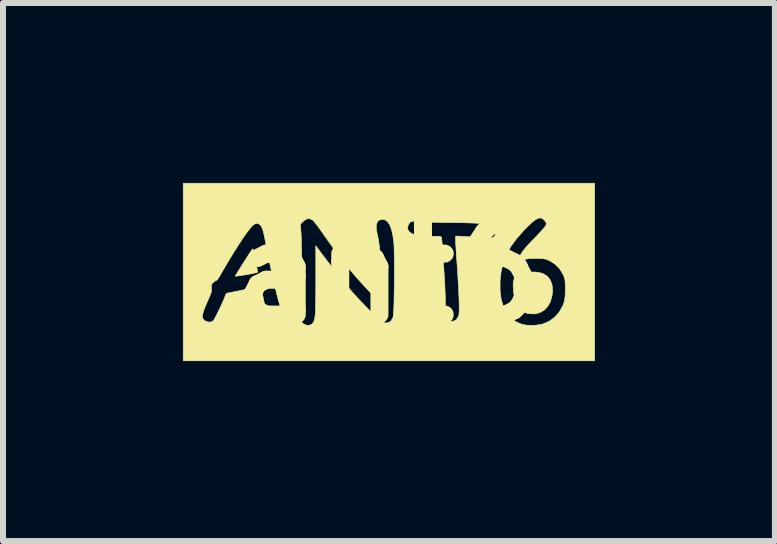
<source format=kicad_pcb>
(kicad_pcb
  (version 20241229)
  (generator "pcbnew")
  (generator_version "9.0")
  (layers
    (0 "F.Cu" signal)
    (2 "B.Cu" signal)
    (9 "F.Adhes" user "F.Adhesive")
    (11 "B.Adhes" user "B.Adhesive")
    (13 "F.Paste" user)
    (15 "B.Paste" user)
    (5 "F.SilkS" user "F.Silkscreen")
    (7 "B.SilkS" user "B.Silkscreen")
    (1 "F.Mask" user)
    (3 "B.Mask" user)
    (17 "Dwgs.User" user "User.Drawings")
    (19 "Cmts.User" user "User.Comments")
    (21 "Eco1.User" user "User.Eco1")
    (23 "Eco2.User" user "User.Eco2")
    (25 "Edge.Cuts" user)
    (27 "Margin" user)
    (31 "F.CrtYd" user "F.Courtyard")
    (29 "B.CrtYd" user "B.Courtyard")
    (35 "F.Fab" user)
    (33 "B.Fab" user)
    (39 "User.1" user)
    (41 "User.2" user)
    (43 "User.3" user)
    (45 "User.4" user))
  (footprint "ant6"
    (layer "F.Cu")
    (at 3.421 1.505)
    (property "Reference" "ant6" (at 0 0 0) (layer "F.SilkS") (effects (font (size 1.524 1.524) (thickness 0.3))))
    (attr through_hole)
    (fp_poly (pts (xy -2.249 -0.385) (xy -2.24 -0.344) (xy -2.229 -0.291) (xy -2.216 -0.23) (xy -2.204 -0.168) (xy -2.192 -0.11) (xy -2.183 -0.062) (xy -2.177 -0.029) (xy -2.176 -0.017) (xy -2.191 -0.011) (xy -2.226 -0.003) (xy -2.275 0.008) (xy -2.332 0.018) (xy -2.392 0.029) (xy -2.449 0.038) (xy -2.498 0.045) (xy -2.533 0.049) (xy -2.549 0.049) (xy -2.549 0.048) (xy -2.511 -0.016) (xy -2.468 -0.085) (xy -2.424 -0.156) (xy -2.381 -0.224) (xy -2.34 -0.286) (xy -2.306 -0.339) (xy -2.278 -0.379) (xy -2.261 -0.403) (xy -2.255 -0.408) (xy -2.249 -0.385)) (stroke (width 0.01) (type solid)) (fill yes) (layer "F.SilkS"))
    (fp_poly (pts (xy 2.476 -0.018) (xy 2.557 -0.002) (xy 2.587 0.009) (xy 2.655 0.053) (xy 2.704 0.115) (xy 2.733 0.194) (xy 2.742 0.287) (xy 2.733 0.372) (xy 2.706 0.472) (xy 2.66 0.555) (xy 2.599 0.618) (xy 2.525 0.659) (xy 2.44 0.679) (xy 2.346 0.674) (xy 2.312 0.667) (xy 2.245 0.635) (xy 2.187 0.581) (xy 2.142 0.506) (xy 2.108 0.414) (xy 2.089 0.305) (xy 2.085 0.225) (xy 2.085 0.162) (xy 2.091 0.119) (xy 2.107 0.087) (xy 2.136 0.061) (xy 2.184 0.034) (xy 2.224 0.015) (xy 2.299 -0.009) (xy 2.387 -0.02) (xy 2.476 -0.018)) (stroke (width 0.01) (type solid)) (fill yes) (layer "F.SilkS"))
    (fp_poly (pts (xy 3.443 1.46) (xy -3.416 1.46) (xy -3.416 0.727) (xy -3.098 0.727) (xy -3.098 0.733) (xy -3.08 0.771) (xy -3.045 0.799) (xy -3.001 0.814) (xy -2.956 0.814) (xy -2.919 0.795) (xy -2.914 0.791) (xy -2.9 0.769) (xy -2.878 0.729) (xy -2.85 0.674) (xy -2.819 0.612) (xy -2.788 0.546) (xy -2.759 0.482) (xy -2.735 0.427) (xy -2.719 0.385) (xy -2.705 0.353) (xy -2.694 0.336) (xy -2.692 0.335) (xy -2.678 0.332) (xy -2.642 0.325) (xy -2.589 0.314) (xy -2.524 0.301) (xy -2.451 0.286) (xy -2.376 0.27) (xy -2.303 0.254) (xy -2.236 0.24) (xy -2.181 0.228) (xy -2.148 0.221) (xy -2.135 0.22) (xy -2.125 0.227) (xy -2.117 0.247) (xy -2.108 0.283) (xy -2.097 0.342) (xy -2.096 0.345) (xy -2.072 0.465) (xy -2.043 0.572) (xy -2.011 0.662) (xy -1.977 0.733) (xy -1.943 0.782) (xy -1.926 0.796) (xy -1.881 0.814) (xy -1.834 0.811) (xy -1.793 0.789) (xy -1.764 0.753) (xy -1.755 0.711) (xy -1.76 0.681) (xy -1.772 0.634) (xy -1.79 0.578) (xy -1.801 0.546) (xy -1.816 0.5) (xy -1.835 0.432) (xy -1.857 0.345) (xy -1.882 0.242) (xy -1.909 0.127) (xy -1.937 0.005) (xy -1.964 -0.122) (xy -1.991 -0.25) (xy -2.016 -0.375) (xy -2.039 -0.494) (xy -2.05 -0.549) (xy -2.069 -0.646) (xy -2.088 -0.719) (xy -2.108 -0.771) (xy -2.131 -0.805) (xy -2.147 -0.816) (xy -1.464 -0.816) (xy -1.452 -0.673) (xy -1.45 -0.63) (xy -1.448 -0.565) (xy -1.446 -0.479) (xy -1.444 -0.376) (xy -1.442 -0.259) (xy -1.441 -0.133) (xy -1.441 0.001) (xy -1.44 0.139) (xy -1.44 0.145) (xy -1.44 0.82) (xy -1.409 0.845) (xy -1.364 0.867) (xy -1.315 0.868) (xy -1.272 0.849) (xy -1.262 0.841) (xy -1.25 0.825) (xy -1.239 0.806) (xy -1.23 0.781) (xy -1.223 0.747) (xy -1.217 0.704) (xy -1.213 0.647) (xy -1.21 0.575) (xy -1.208 0.485) (xy -1.207 0.375) (xy -1.206 0.243) (xy -1.206 0.116) (xy -1.206 -0.457) (xy -1.103 -0.319) (xy -1.008 -0.194) (xy -0.905 -0.061) (xy -0.799 0.072) (xy -0.697 0.196) (xy -0.632 0.275) (xy -0.581 0.333) (xy -0.522 0.398) (xy -0.457 0.468) (xy -0.389 0.538) (xy -0.322 0.607) (xy -0.259 0.671) (xy -0.202 0.726) (xy -0.155 0.77) (xy -0.12 0.8) (xy -0.104 0.812) (xy -0.046 0.83) (xy 0.007 0.824) (xy 0.05 0.794) (xy 0.079 0.743) (xy 0.083 0.73) (xy 0.087 0.701) (xy 0.091 0.648) (xy 0.095 0.576) (xy 0.098 0.488) (xy 0.1 0.387) (xy 0.102 0.277) (xy 0.104 0.161) (xy 0.105 0.044) (xy 0.105 -0.072) (xy 0.104 -0.183) (xy 0.103 -0.285) (xy 0.101 -0.374) (xy 0.099 -0.448) (xy 0.095 -0.503) (xy 0.095 -0.513) (xy 0.077 -0.638) (xy 0.054 -0.737) (xy 0.042 -0.767) (xy 0.324 -0.767) (xy 0.329 -0.725) (xy 0.358 -0.685) (xy 0.359 -0.684) (xy 0.402 -0.657) (xy 0.471 -0.637) (xy 0.565 -0.623) (xy 0.685 -0.617) (xy 0.744 -0.616) (xy 0.814 -0.615) (xy 0.86 -0.612) (xy 0.884 -0.605) (xy 0.89 -0.599) (xy 0.892 -0.581) (xy 0.896 -0.541) (xy 0.901 -0.483) (xy 0.906 -0.413) (xy 0.91 -0.348) (xy 0.916 -0.253) (xy 0.923 -0.149) (xy 0.93 -0.047) (xy 0.936 0.043) (xy 0.938 0.074) (xy 0.943 0.154) (xy 0.947 0.251) (xy 0.951 0.355) (xy 0.954 0.457) (xy 0.955 0.507) (xy 0.957 0.594) (xy 0.958 0.658) (xy 0.961 0.704) (xy 0.964 0.734) (xy 0.97 0.754) (xy 0.977 0.767) (xy 0.988 0.777) (xy 0.99 0.779) (xy 1.035 0.8) (xy 1.084 0.801) (xy 1.128 0.781) (xy 1.137 0.772) (xy 1.162 0.737) (xy 1.18 0.695) (xy 1.183 0.665) (xy 1.185 0.611) (xy 1.185 0.534) (xy 1.182 0.437) (xy 1.177 0.323) (xy 1.171 0.194) (xy 1.168 0.141) (xy 1.866 0.141) (xy 1.867 0.3) (xy 1.886 0.442) (xy 1.923 0.564) (xy 1.978 0.667) (xy 2.049 0.75) (xy 2.138 0.813) (xy 2.228 0.851) (xy 2.297 0.865) (xy 2.381 0.87) (xy 2.469 0.866) (xy 2.551 0.854) (xy 2.587 0.844) (xy 2.689 0.799) (xy 2.779 0.732) (xy 2.854 0.646) (xy 2.911 0.546) (xy 2.928 0.5) (xy 2.941 0.452) (xy 2.949 0.399) (xy 2.953 0.331) (xy 2.954 0.261) (xy 2.953 0.191) (xy 2.951 0.14) (xy 2.946 0.102) (xy 2.937 0.069) (xy 2.923 0.034) (xy 2.916 0.02) (xy 2.858 -0.076) (xy 2.78 -0.153) (xy 2.688 -0.21) (xy 2.647 -0.227) (xy 2.611 -0.238) (xy 2.571 -0.244) (xy 2.519 -0.247) (xy 2.465 -0.247) (xy 2.397 -0.247) (xy 2.347 -0.243) (xy 2.306 -0.236) (xy 2.267 -0.223) (xy 2.241 -0.212) (xy 2.199 -0.196) (xy 2.169 -0.187) (xy 2.157 -0.188) (xy 2.157 -0.189) (xy 2.162 -0.206) (xy 2.177 -0.241) (xy 2.197 -0.285) (xy 2.2 -0.292) (xy 2.221 -0.33) (xy 2.248 -0.37) (xy 2.283 -0.415) (xy 2.331 -0.469) (xy 2.393 -0.535) (xy 2.426 -0.569) (xy 2.498 -0.644) (xy 2.552 -0.702) (xy 2.592 -0.747) (xy 2.618 -0.78) (xy 2.633 -0.805) (xy 2.639 -0.823) (xy 2.639 -0.829) (xy 2.631 -0.847) (xy 2.611 -0.875) (xy 2.604 -0.883) (xy 2.575 -0.91) (xy 2.544 -0.922) (xy 2.507 -0.918) (xy 2.464 -0.897) (xy 2.411 -0.858) (xy 2.348 -0.8) (xy 2.27 -0.722) (xy 2.261 -0.713) (xy 2.141 -0.576) (xy 2.045 -0.444) (xy 1.971 -0.312) (xy 1.918 -0.175) (xy 1.884 -0.032) (xy 1.867 0.123) (xy 1.866 0.141) (xy 1.168 0.141) (xy 1.163 0.052) (xy 1.153 -0.101) (xy 1.145 -0.208) (xy 1.139 -0.295) (xy 1.134 -0.378) (xy 1.129 -0.452) (xy 1.126 -0.51) (xy 1.125 -0.547) (xy 1.125 -0.548) (xy 1.125 -0.62) (xy 1.276 -0.612) (xy 1.399 -0.604) (xy 1.499 -0.598) (xy 1.577 -0.594) (xy 1.636 -0.591) (xy 1.68 -0.59) (xy 1.712 -0.591) (xy 1.733 -0.593) (xy 1.747 -0.597) (xy 1.757 -0.603) (xy 1.765 -0.611) (xy 1.774 -0.62) (xy 1.803 -0.666) (xy 1.808 -0.718) (xy 1.79 -0.768) (xy 1.778 -0.783) (xy 1.765 -0.796) (xy 1.75 -0.806) (xy 1.728 -0.813) (xy 1.695 -0.819) (xy 1.646 -0.823) (xy 1.576 -0.828) (xy 1.547 -0.83) (xy 1.472 -0.834) (xy 1.377 -0.838) (xy 1.27 -0.841) (xy 1.16 -0.843) (xy 1.054 -0.844) (xy 1.032 -0.844) (xy 0.933 -0.845) (xy 0.833 -0.847) (xy 0.739 -0.85) (xy 0.657 -0.854) (xy 0.593 -0.858) (xy 0.577 -0.86) (xy 0.496 -0.867) (xy 0.437 -0.869) (xy 0.396 -0.863) (xy 0.367 -0.85) (xy 0.348 -0.828) (xy 0.342 -0.818) (xy 0.324 -0.767) (xy 0.042 -0.767) (xy 0.024 -0.812) (xy -0.013 -0.863) (xy -0.057 -0.891) (xy -0.095 -0.898) (xy -0.146 -0.887) (xy -0.18 -0.857) (xy -0.197 -0.806) (xy -0.197 -0.735) (xy -0.18 -0.642) (xy -0.174 -0.619) (xy -0.16 -0.548) (xy -0.147 -0.453) (xy -0.136 -0.332) (xy -0.127 -0.186) (xy -0.12 -0.013) (xy -0.115 0.184) (xy -0.113 0.283) (xy -0.112 0.359) (xy -0.112 0.413) (xy -0.113 0.45) (xy -0.115 0.472) (xy -0.12 0.483) (xy -0.125 0.486) (xy -0.133 0.483) (xy -0.133 0.483) (xy -0.153 0.467) (xy -0.187 0.435) (xy -0.233 0.389) (xy -0.287 0.332) (xy -0.347 0.268) (xy -0.41 0.2) (xy -0.473 0.131) (xy -0.533 0.064) (xy -0.587 0.002) (xy -0.611 -0.027) (xy -0.75 -0.2) (xy -0.898 -0.396) (xy -1.051 -0.611) (xy -1.089 -0.666) (xy -1.135 -0.731) (xy -1.178 -0.79) (xy -1.215 -0.838) (xy -1.242 -0.871) (xy -1.255 -0.883) (xy -1.303 -0.908) (xy -1.351 -0.907) (xy -1.401 -0.878) (xy -1.417 -0.863) (xy -1.464 -0.816) (xy -2.147 -0.816) (xy -2.158 -0.824) (xy -2.191 -0.83) (xy -2.198 -0.831) (xy -2.225 -0.821) (xy -2.26 -0.793) (xy -2.304 -0.745) (xy -2.357 -0.676) (xy -2.421 -0.585) (xy -2.495 -0.473) (xy -2.58 -0.337) (xy -2.594 -0.314) (xy -2.641 -0.237) (xy -2.688 -0.159) (xy -2.731 -0.086) (xy -2.767 -0.024) (xy -2.786 0.011) (xy -2.814 0.058) (xy -2.839 0.096) (xy -2.857 0.117) (xy -2.863 0.12) (xy -2.883 0.129) (xy -2.911 0.149) (xy -2.914 0.151) (xy -2.936 0.175) (xy -2.947 0.206) (xy -2.948 0.25) (xy -2.945 0.298) (xy -2.949 0.317) (xy -2.963 0.354) (xy -2.983 0.403) (xy -3 0.442) (xy -3.045 0.545) (xy -3.076 0.626) (xy -3.093 0.686) (xy -3.098 0.727) (xy -3.416 0.727) (xy -3.416 -1.5) (xy 3.443 -1.5) (xy 3.443 1.46)) (stroke (width 0.01) (type solid)) (fill yes) (layer "F.SilkS")))
  (gr_rect
    (start -3 -3)
    (end 9.869 5.971)
    (stroke (width 0.1) (type default))
    (fill no)
    (layer "Edge.Cuts")))
</source>
